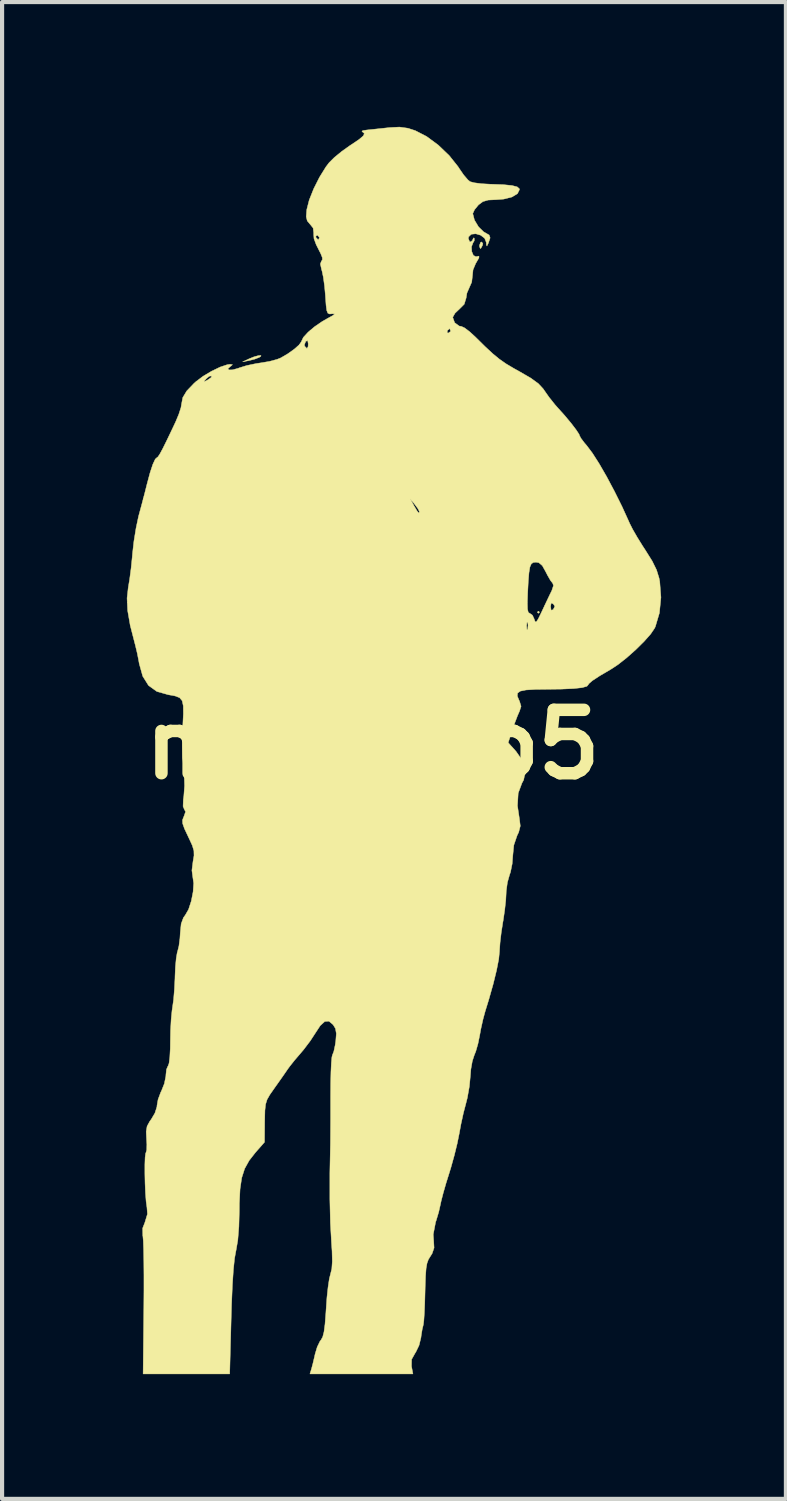
<source format=kicad_pcb>
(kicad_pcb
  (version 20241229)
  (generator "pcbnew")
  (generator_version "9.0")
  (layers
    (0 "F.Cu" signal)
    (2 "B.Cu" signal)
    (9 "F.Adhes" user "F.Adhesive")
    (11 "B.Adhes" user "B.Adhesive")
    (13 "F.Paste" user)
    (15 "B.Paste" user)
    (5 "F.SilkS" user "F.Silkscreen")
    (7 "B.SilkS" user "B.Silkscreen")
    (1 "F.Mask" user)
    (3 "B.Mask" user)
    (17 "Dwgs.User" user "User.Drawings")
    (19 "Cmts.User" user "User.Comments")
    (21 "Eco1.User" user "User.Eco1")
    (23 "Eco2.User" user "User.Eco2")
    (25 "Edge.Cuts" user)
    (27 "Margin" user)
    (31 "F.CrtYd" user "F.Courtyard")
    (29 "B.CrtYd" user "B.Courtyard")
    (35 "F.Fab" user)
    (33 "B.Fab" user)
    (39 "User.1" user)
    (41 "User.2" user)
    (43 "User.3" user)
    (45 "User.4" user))
  (footprint "me_logo5"
    (layer "F.Cu")
    (at 5.912 14.852)
    (property "Reference" "me_logo5" (at 0 0 0) (layer "F.SilkS") (effects (font (size 1.524 1.524) (thickness 0.3))))
    (attr through_hole)
    (fp_poly (pts (xy 4.011 -3.182) (xy 3.984 -3.155) (xy 3.957 -3.182) (xy 3.984 -3.208) (xy 4.011 -3.182)) (stroke (width 0.01) (type solid)) (fill yes) (layer "F.SilkS"))
    (fp_poly (pts (xy 2.648 -12.046) (xy 2.64 -12.005) (xy 2.602 -11.934) (xy 2.588 -11.925) (xy 2.569 -11.968) (xy 2.567 -12.005) (xy 2.595 -12.076) (xy 2.619 -12.085) (xy 2.648 -12.046)) (stroke (width 0.01) (type solid)) (fill yes) (layer "F.SilkS"))
    (fp_poly (pts (xy -2.691 -9.334) (xy -2.727 -9.31) (xy -2.837 -9.267) (xy -2.968 -9.234) (xy -3.128 -9.202) (xy -2.968 -9.277) (xy -2.849 -9.325) (xy -2.747 -9.352) (xy -2.686 -9.356) (xy -2.691 -9.334)) (stroke (width 0.01) (type solid)) (fill yes) (layer "F.SilkS"))
    (fp_poly (pts (xy 0.846 -14.819) (xy 1.024 -14.761) (xy 1.294 -14.622) (xy 1.576 -14.414) (xy 1.839 -14.162) (xy 2.051 -13.896) (xy 2.079 -13.852) (xy 2.185 -13.698) (xy 2.288 -13.578) (xy 2.342 -13.534) (xy 2.444 -13.507) (xy 2.617 -13.485) (xy 2.825 -13.473) (xy 2.839 -13.473) (xy 3.142 -13.462) (xy 3.35 -13.441) (xy 3.474 -13.409) (xy 3.526 -13.363) (xy 3.529 -13.344) (xy 3.48 -13.245) (xy 3.346 -13.165) (xy 3.15 -13.115) (xy 2.967 -13.101) (xy 2.776 -13.092) (xy 2.649 -13.055) (xy 2.548 -12.98) (xy 2.538 -12.97) (xy 2.448 -12.86) (xy 2.407 -12.77) (xy 2.406 -12.764) (xy 2.446 -12.611) (xy 2.543 -12.449) (xy 2.665 -12.329) (xy 2.7 -12.309) (xy 2.8 -12.251) (xy 2.823 -12.183) (xy 2.782 -12.061) (xy 2.781 -12.058) (xy 2.746 -11.987) (xy 2.733 -12.015) (xy 2.731 -12.073) (xy 2.69 -12.175) (xy 2.594 -12.247) (xy 2.477 -12.281) (xy 2.37 -12.27) (xy 2.306 -12.208) (xy 2.299 -12.167) (xy 2.328 -12.095) (xy 2.353 -12.085) (xy 2.403 -12.127) (xy 2.406 -12.147) (xy 2.427 -12.184) (xy 2.441 -12.175) (xy 2.441 -12.112) (xy 2.412 -12.065) (xy 2.375 -11.969) (xy 2.381 -11.855) (xy 2.42 -11.762) (xy 2.482 -11.729) (xy 2.493 -11.733) (xy 2.555 -11.744) (xy 2.553 -11.7) (xy 2.487 -11.586) (xy 2.475 -11.566) (xy 2.412 -11.415) (xy 2.398 -11.275) (xy 2.38 -11.118) (xy 2.33 -11.005) (xy 2.265 -10.856) (xy 2.246 -10.738) (xy 2.2 -10.587) (xy 2.085 -10.472) (xy 1.98 -10.373) (xy 1.927 -10.28) (xy 1.925 -10.268) (xy 1.97 -10.143) (xy 2.078 -10.063) (xy 2.134 -10.053) (xy 2.211 -10.017) (xy 2.333 -9.924) (xy 2.469 -9.799) (xy 2.702 -9.569) (xy 2.887 -9.397) (xy 3.048 -9.265) (xy 3.209 -9.153) (xy 3.396 -9.042) (xy 3.54 -8.962) (xy 3.802 -8.81) (xy 3.982 -8.679) (xy 4.099 -8.553) (xy 4.126 -8.513) (xy 4.238 -8.353) (xy 4.38 -8.175) (xy 4.445 -8.101) (xy 4.618 -7.909) (xy 4.771 -7.725) (xy 4.89 -7.569) (xy 4.961 -7.461) (xy 4.973 -7.427) (xy 5.006 -7.365) (xy 5.089 -7.255) (xy 5.147 -7.187) (xy 5.281 -7.009) (xy 5.445 -6.753) (xy 5.626 -6.439) (xy 5.813 -6.087) (xy 5.996 -5.719) (xy 6.162 -5.354) (xy 6.176 -5.321) (xy 6.247 -5.18) (xy 6.359 -4.985) (xy 6.494 -4.768) (xy 6.558 -4.67) (xy 6.72 -4.411) (xy 6.824 -4.199) (xy 6.885 -4.002) (xy 6.901 -3.921) (xy 6.93 -3.537) (xy 6.893 -3.163) (xy 6.796 -2.836) (xy 6.776 -2.795) (xy 6.682 -2.656) (xy 6.524 -2.478) (xy 6.325 -2.281) (xy 6.109 -2.089) (xy 5.9 -1.924) (xy 5.735 -1.815) (xy 5.458 -1.652) (xy 5.278 -1.534) (xy 5.194 -1.46) (xy 5.187 -1.444) (xy 5.15 -1.401) (xy 5.034 -1.368) (xy 4.831 -1.346) (xy 4.536 -1.333) (xy 4.215 -1.329) (xy 3.902 -1.325) (xy 3.683 -1.312) (xy 3.548 -1.284) (xy 3.483 -1.237) (xy 3.476 -1.167) (xy 3.517 -1.067) (xy 3.528 -1.046) (xy 3.567 -0.919) (xy 3.53 -0.804) (xy 3.48 -0.69) (xy 3.414 -0.516) (xy 3.362 -0.365) (xy 3.257 -0.045) (xy 3.443 0.161) (xy 3.611 0.4) (xy 3.673 0.629) (xy 3.629 0.851) (xy 3.588 0.927) (xy 3.498 1.168) (xy 3.48 1.472) (xy 3.527 1.786) (xy 3.548 1.958) (xy 3.509 2.11) (xy 3.472 2.186) (xy 3.393 2.418) (xy 3.369 2.661) (xy 3.353 2.868) (xy 3.313 3.066) (xy 3.289 3.136) (xy 3.238 3.316) (xy 3.21 3.524) (xy 3.208 3.576) (xy 3.199 3.748) (xy 3.173 3.981) (xy 3.137 4.229) (xy 3.128 4.278) (xy 3.09 4.522) (xy 3.062 4.759) (xy 3.049 4.944) (xy 3.048 4.973) (xy 3.03 5.159) (xy 2.978 5.426) (xy 2.897 5.757) (xy 2.791 6.132) (xy 2.703 6.417) (xy 2.651 6.609) (xy 2.599 6.843) (xy 2.573 6.987) (xy 2.531 7.193) (xy 2.478 7.378) (xy 2.44 7.473) (xy 2.395 7.611) (xy 2.36 7.807) (xy 2.347 7.972) (xy 2.323 8.223) (xy 2.275 8.493) (xy 2.239 8.636) (xy 2.18 8.861) (xy 2.121 9.13) (xy 2.079 9.358) (xy 2.032 9.59) (xy 1.962 9.876) (xy 1.88 10.171) (xy 1.839 10.304) (xy 1.761 10.553) (xy 1.694 10.787) (xy 1.646 10.973) (xy 1.629 11.052) (xy 1.587 11.239) (xy 1.526 11.443) (xy 1.512 11.483) (xy 1.455 11.78) (xy 1.465 11.927) (xy 1.475 12.102) (xy 1.428 12.239) (xy 1.386 12.305) (xy 1.338 12.383) (xy 1.305 12.475) (xy 1.283 12.602) (xy 1.27 12.785) (xy 1.261 13.046) (xy 1.258 13.171) (xy 1.251 13.44) (xy 1.241 13.675) (xy 1.229 13.853) (xy 1.217 13.95) (xy 1.215 13.957) (xy 1.19 14.059) (xy 1.165 14.214) (xy 1.159 14.262) (xy 1.114 14.446) (xy 1.035 14.61) (xy 1.018 14.635) (xy 0.935 14.784) (xy 0.932 14.946) (xy 0.934 14.958) (xy 0.967 15.133) (xy -1.51 15.133) (xy -1.473 15.013) (xy -1.439 14.885) (xy -1.398 14.712) (xy -1.386 14.656) (xy -1.335 14.486) (xy -1.269 14.349) (xy -1.246 14.32) (xy -1.204 14.247) (xy -1.172 14.124) (xy -1.147 13.933) (xy -1.126 13.658) (xy -1.12 13.567) (xy -1.101 13.295) (xy -1.074 13.046) (xy -1.044 12.847) (xy -1.016 12.734) (xy -0.984 12.606) (xy -0.972 12.429) (xy -0.978 12.182) (xy -0.991 11.985) (xy -1.018 11.502) (xy -1.031 10.934) (xy -1.031 10.301) (xy -1.021 9.786) (xy -1.017 9.593) (xy -1.015 9.323) (xy -1.013 9.002) (xy -1.013 8.66) (xy -1.013 8.454) (xy -1.011 8.147) (xy -1.005 7.875) (xy -0.995 7.659) (xy -0.982 7.515) (xy -0.969 7.465) (xy -0.936 7.381) (xy -0.904 7.231) (xy -0.889 7.132) (xy -0.875 6.95) (xy -0.896 6.829) (xy -0.953 6.736) (xy -1.053 6.652) (xy -1.153 6.659) (xy -1.263 6.76) (xy -1.377 6.934) (xy -1.501 7.124) (xy -1.656 7.329) (xy -1.741 7.43) (xy -1.875 7.586) (xy -1.991 7.732) (xy -2.046 7.807) (xy -2.122 7.918) (xy -2.236 8.081) (xy -2.363 8.26) (xy -2.364 8.262) (xy -2.472 8.416) (xy -2.54 8.535) (xy -2.576 8.651) (xy -2.592 8.798) (xy -2.597 9.012) (xy -2.598 9.072) (xy -2.602 9.561) (xy -2.821 9.81) (xy -2.971 10.002) (xy -3.079 10.197) (xy -3.15 10.418) (xy -3.19 10.689) (xy -3.207 11.033) (xy -3.208 11.21) (xy -3.218 11.592) (xy -3.244 11.917) (xy -3.286 12.162) (xy -3.289 12.175) (xy -3.322 12.355) (xy -3.35 12.625) (xy -3.374 12.991) (xy -3.394 13.456) (xy -3.404 13.808) (xy -3.439 15.133) (xy -5.521 15.133) (xy -5.504 13.542) (xy -5.501 13.134) (xy -5.501 12.754) (xy -5.504 12.419) (xy -5.509 12.142) (xy -5.516 11.939) (xy -5.526 11.824) (xy -5.529 11.81) (xy -5.532 11.629) (xy -5.48 11.496) (xy -5.417 11.289) (xy -5.429 11.129) (xy -5.449 10.984) (xy -5.464 10.784) (xy -5.474 10.553) (xy -5.479 10.317) (xy -5.479 10.1) (xy -5.473 9.928) (xy -5.46 9.827) (xy -5.452 9.811) (xy -5.434 9.748) (xy -5.431 9.613) (xy -5.438 9.49) (xy -5.447 9.305) (xy -5.425 9.177) (xy -5.362 9.061) (xy -5.326 9.012) (xy -5.237 8.861) (xy -5.189 8.711) (xy -5.187 8.679) (xy -5.161 8.533) (xy -5.098 8.364) (xy -5.08 8.328) (xy -5.01 8.152) (xy -4.974 7.973) (xy -4.973 7.944) (xy -4.959 7.811) (xy -4.924 7.731) (xy -4.92 7.727) (xy -4.897 7.662) (xy -4.879 7.513) (xy -4.868 7.302) (xy -4.866 7.143) (xy -4.861 6.874) (xy -4.847 6.613) (xy -4.826 6.397) (xy -4.814 6.317) (xy -4.788 6.131) (xy -4.768 5.884) (xy -4.755 5.625) (xy -4.754 5.575) (xy -4.744 5.345) (xy -4.725 5.142) (xy -4.701 5) (xy -4.692 4.973) (xy -4.66 4.845) (xy -4.636 4.659) (xy -4.628 4.532) (xy -4.606 4.31) (xy -4.551 4.161) (xy -4.509 4.104) (xy -4.429 3.966) (xy -4.363 3.765) (xy -4.319 3.54) (xy -4.305 3.335) (xy -4.325 3.197) (xy -4.348 3.026) (xy -4.321 2.812) (xy -4.297 2.67) (xy -4.3 2.554) (xy -4.338 2.427) (xy -4.419 2.251) (xy -4.439 2.209) (xy -4.527 2.022) (xy -4.57 1.9) (xy -4.574 1.815) (xy -4.544 1.736) (xy -4.54 1.729) (xy -4.5 1.615) (xy -4.529 1.561) (xy -4.56 1.487) (xy -4.554 1.324) (xy -4.542 1.237) (xy -4.524 0.994) (xy -4.533 0.703) (xy -4.549 0.541) (xy -4.569 0.307) (xy -4.577 0.012) (xy -4.574 -0.296) (xy -4.567 -0.456) (xy -4.553 -0.737) (xy -4.555 -0.929) (xy -4.582 -1.053) (xy -4.643 -1.126) (xy -4.748 -1.167) (xy -4.904 -1.196) (xy -4.92 -1.199) (xy -5.191 -1.276) (xy -5.391 -1.42) (xy -5.53 -1.642) (xy -5.616 -1.95) (xy -5.62 -1.979) (xy -5.66 -2.187) (xy -5.71 -2.396) (xy -5.72 -2.433) (xy -5.83 -2.861) (xy 3.7 -2.861) (xy 3.706 -2.77) (xy 3.723 -2.761) (xy 3.725 -2.766) (xy 3.735 -2.872) (xy 3.727 -2.927) (xy 3.71 -2.948) (xy 3.7 -2.877) (xy 3.7 -2.861) (xy -5.83 -2.861) (xy -5.831 -2.865) (xy -5.893 -3.221) (xy -5.902 -3.409) (xy 3.718 -3.409) (xy 3.722 -3.257) (xy 3.74 -3.178) (xy 3.774 -3.155) (xy 3.776 -3.155) (xy 3.841 -3.109) (xy 3.883 -3.017) (xy 3.905 -2.953) (xy 3.932 -2.949) (xy 3.978 -3.017) (xy 4.052 -3.168) (xy 4.075 -3.217) (xy 4.121 -3.315) (xy 4.278 -3.315) (xy 4.289 -3.23) (xy 4.329 -3.239) (xy 4.342 -3.251) (xy 4.379 -3.324) (xy 4.342 -3.38) (xy 4.294 -3.406) (xy 4.278 -3.341) (xy 4.278 -3.315) (xy 4.121 -3.315) (xy 4.167 -3.413) (xy 4.251 -3.59) (xy 4.306 -3.702) (xy 4.346 -3.823) (xy 4.326 -3.88) (xy 4.275 -3.944) (xy 4.202 -4.071) (xy 4.163 -4.148) (xy 4.078 -4.301) (xy 3.995 -4.372) (xy 3.925 -4.385) (xy 3.859 -4.377) (xy 3.812 -4.343) (xy 3.779 -4.267) (xy 3.757 -4.131) (xy 3.74 -3.92) (xy 3.726 -3.65) (xy 3.718 -3.409) (xy -5.902 -3.409) (xy -5.907 -3.52) (xy -5.879 -3.77) (xy -5.845 -3.975) (xy -5.81 -4.239) (xy -5.782 -4.515) (xy -5.775 -4.599) (xy -5.742 -4.889) (xy -5.691 -5.203) (xy -5.632 -5.482) (xy -5.618 -5.535) (xy -5.551 -5.783) (xy -5.518 -5.909) (xy 0.9 -5.909) (xy 0.996 -5.735) (xy 1.073 -5.605) (xy 1.112 -5.564) (xy 1.122 -5.601) (xy 1.09 -5.667) (xy 1.015 -5.77) (xy 1.01 -5.775) (xy 0.9 -5.909) (xy -5.518 -5.909) (xy -5.484 -6.037) (xy -5.432 -6.243) (xy -5.429 -6.256) (xy -5.356 -6.529) (xy -5.288 -6.736) (xy -5.229 -6.863) (xy -5.19 -6.898) (xy -5.163 -6.919) (xy -5.118 -6.987) (xy -5.049 -7.115) (xy -4.951 -7.313) (xy -4.817 -7.593) (xy -4.739 -7.759) (xy -4.663 -7.941) (xy -4.611 -8.102) (xy -4.597 -8.187) (xy -4.567 -8.344) (xy -4.471 -8.503) (xy -4.298 -8.684) (xy -4.251 -8.726) (xy -4.24 -8.734) (xy -4.058 -8.734) (xy -4.037 -8.732) (xy -3.966 -8.768) (xy -3.885 -8.825) (xy -3.874 -8.864) (xy -3.93 -8.856) (xy -3.998 -8.8) (xy -4.058 -8.734) (xy -4.24 -8.734) (xy -4.08 -8.855) (xy -3.875 -8.977) (xy -3.67 -9.076) (xy -3.497 -9.134) (xy -3.429 -9.143) (xy -3.372 -9.134) (xy -3.413 -9.097) (xy -3.421 -9.093) (xy -3.482 -9.036) (xy -3.458 -9.008) (xy -3.369 -9.01) (xy -3.235 -9.047) (xy -3.211 -9.057) (xy -3.029 -9.113) (xy -2.806 -9.16) (xy -2.687 -9.178) (xy -2.485 -9.212) (xy -2.301 -9.261) (xy -2.219 -9.293) (xy -2.045 -9.394) (xy -1.885 -9.508) (xy -1.77 -9.61) (xy -1.644 -9.61) (xy -1.634 -9.576) (xy -1.581 -9.522) (xy -1.554 -9.57) (xy -1.551 -9.636) (xy -1.564 -9.714) (xy -1.609 -9.695) (xy -1.61 -9.694) (xy -1.644 -9.61) (xy -1.77 -9.61) (xy -1.766 -9.614) (xy -1.712 -9.694) (xy -1.711 -9.701) (xy -1.668 -9.791) (xy -1.555 -9.914) (xy -1.517 -9.946) (xy 1.791 -9.946) (xy 1.796 -9.897) (xy 1.815 -9.893) (xy 1.869 -9.931) (xy 1.872 -9.946) (xy 1.853 -9.998) (xy 1.848 -10) (xy 1.802 -9.962) (xy 1.791 -9.946) (xy -1.517 -9.946) (xy -1.395 -10.049) (xy -1.211 -10.175) (xy -1.095 -10.241) (xy -0.957 -10.317) (xy -0.916 -10.355) (xy -0.966 -10.358) (xy -0.969 -10.358) (xy -1.036 -10.352) (xy -1.079 -10.371) (xy -1.105 -10.435) (xy -1.122 -10.564) (xy -1.137 -10.778) (xy -1.138 -10.797) (xy -1.159 -11.029) (xy -1.188 -11.238) (xy -1.219 -11.386) (xy -1.228 -11.412) (xy -1.259 -11.555) (xy -1.236 -11.619) (xy -1.211 -11.656) (xy -1.212 -11.708) (xy -1.249 -11.801) (xy -1.327 -11.956) (xy -1.359 -12.019) (xy -1.412 -12.162) (xy -1.416 -12.213) (xy -1.372 -12.213) (xy -1.364 -12.192) (xy -1.316 -12.141) (xy -1.307 -12.139) (xy -1.284 -12.18) (xy -1.283 -12.192) (xy -1.324 -12.243) (xy -1.34 -12.245) (xy -1.372 -12.213) (xy -1.416 -12.213) (xy -1.421 -12.284) (xy -1.418 -12.295) (xy -1.433 -12.419) (xy -1.503 -12.506) (xy -1.574 -12.591) (xy -1.599 -12.692) (xy -1.587 -12.851) (xy -1.585 -12.866) (xy -1.527 -13.093) (xy -1.419 -13.364) (xy -1.278 -13.644) (xy -1.122 -13.895) (xy -1.047 -13.993) (xy -0.925 -14.114) (xy -0.746 -14.261) (xy -0.547 -14.403) (xy -0.517 -14.422) (xy -0.33 -14.548) (xy -0.228 -14.634) (xy -0.202 -14.688) (xy -0.219 -14.709) (xy -0.26 -14.741) (xy -0.242 -14.761) (xy -0.146 -14.776) (xy -0.053 -14.786) (xy 0.072 -14.799) (xy 0.258 -14.819) (xy 0.406 -14.835) (xy 0.644 -14.847) (xy 0.846 -14.819)) (stroke (width 0.01) (type solid)) (fill yes) (layer "F.SilkS")))
  (gr_rect
    (start -3 -3)
    (end 15.847 32.99)
    (stroke (width 0.1) (type default))
    (fill no)
    (layer "Edge.Cuts")))
</source>
